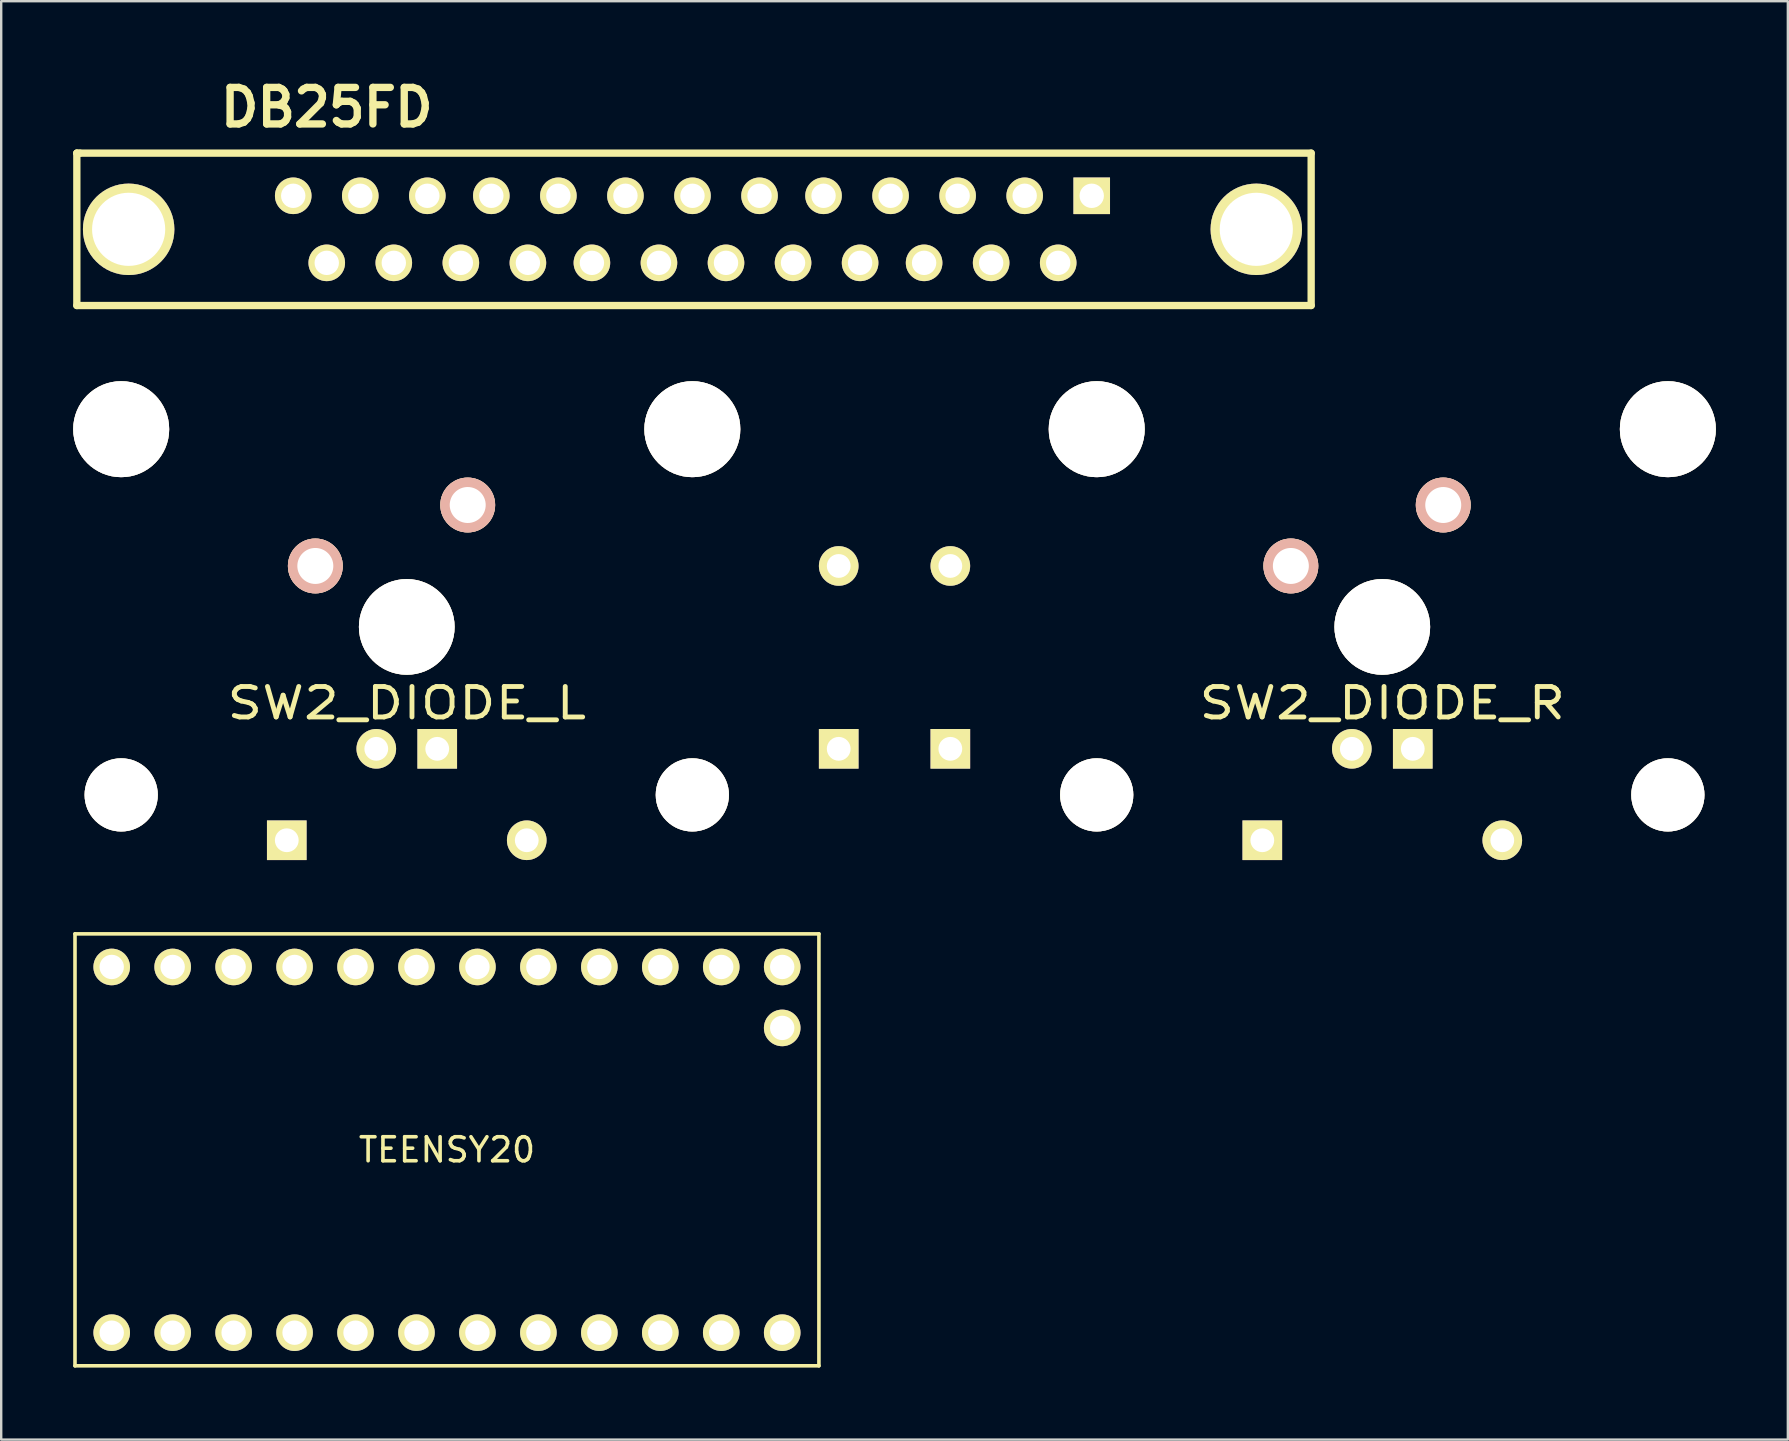
<source format=kicad_pcb>
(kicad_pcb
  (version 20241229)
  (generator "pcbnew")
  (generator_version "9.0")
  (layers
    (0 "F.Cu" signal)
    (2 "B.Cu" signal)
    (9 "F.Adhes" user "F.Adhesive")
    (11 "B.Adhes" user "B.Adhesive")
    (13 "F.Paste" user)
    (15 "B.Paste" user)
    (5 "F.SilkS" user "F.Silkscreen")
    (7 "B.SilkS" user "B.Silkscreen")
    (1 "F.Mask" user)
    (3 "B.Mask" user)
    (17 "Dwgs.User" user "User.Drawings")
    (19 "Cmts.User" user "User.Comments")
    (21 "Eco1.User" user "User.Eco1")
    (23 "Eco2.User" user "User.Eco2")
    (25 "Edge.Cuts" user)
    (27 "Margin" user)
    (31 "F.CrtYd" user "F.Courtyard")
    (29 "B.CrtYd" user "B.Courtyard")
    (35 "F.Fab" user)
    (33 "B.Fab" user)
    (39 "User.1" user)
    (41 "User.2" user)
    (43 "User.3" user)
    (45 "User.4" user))
  (footprint "DB25FD"
    (layer "F.Cu")
    (at 25.806 6.506)
    (property "Reference" "DB25FD" (at -15.24 -5.08 180) (layer "F.SilkS") (effects (font (size 1.524 1.524) (thickness 0.305))))
    (attr through_hole)
    (fp_line (start -25.654 -3.175) (end -25.654 -3.175) (stroke (width 0.305) (type solid)) (layer "F.SilkS"))
    (fp_line (start -25.654 -3.175) (end -25.654 3.175) (stroke (width 0.305) (type solid)) (layer "F.SilkS"))
    (fp_line (start -25.654 3.175) (end 25.781 3.175) (stroke (width 0.305) (type solid)) (layer "F.SilkS"))
    (fp_line (start -25.527 -3.175) (end -25.654 -3.175) (stroke (width 0.305) (type solid)) (layer "F.SilkS"))
    (fp_line (start 25.781 -3.175) (end -25.527 -3.175) (stroke (width 0.305) (type solid)) (layer "F.SilkS"))
    (fp_line (start 25.781 3.175) (end 25.781 -3.175) (stroke (width 0.305) (type solid)) (layer "F.SilkS"))
    (pad "0" thru_hole circle (at -23.495 0) (size 3.81 3.81) (drill 3.048) (layers "*.Cu" "*.Mask" "F.SilkS"))
    (pad "0" thru_hole circle (at 23.495 0) (size 3.81 3.81) (drill 3.048) (layers "*.Cu" "*.Mask" "F.SilkS"))
    (pad "1" thru_hole rect (at 16.637 -1.397) (size 1.524 1.524) (drill 1.016) (layers "*.Cu" "*.Mask" "F.SilkS"))
    (pad "2" thru_hole circle (at 13.843 -1.397) (size 1.524 1.524) (drill 1.016) (layers "*.Cu" "*.Mask" "F.SilkS"))
    (pad "3" thru_hole circle (at 11.049 -1.397) (size 1.524 1.524) (drill 1.016) (layers "*.Cu" "*.Mask" "F.SilkS"))
    (pad "4" thru_hole circle (at 8.255 -1.397) (size 1.524 1.524) (drill 1.016) (layers "*.Cu" "*.Mask" "F.SilkS"))
    (pad "5" thru_hole circle (at 5.461 -1.397) (size 1.524 1.524) (drill 1.016) (layers "*.Cu" "*.Mask" "F.SilkS"))
    (pad "6" thru_hole circle (at 2.794 -1.397) (size 1.524 1.524) (drill 1.016) (layers "*.Cu" "*.Mask" "F.SilkS"))
    (pad "7" thru_hole circle (at 0 -1.397) (size 1.524 1.524) (drill 1.016) (layers "*.Cu" "*.Mask" "F.SilkS"))
    (pad "8" thru_hole circle (at -2.794 -1.397) (size 1.524 1.524) (drill 1.016) (layers "*.Cu" "*.Mask" "F.SilkS"))
    (pad "9" thru_hole circle (at -5.588 -1.397) (size 1.524 1.524) (drill 1.016) (layers "*.Cu" "*.Mask" "F.SilkS"))
    (pad "10" thru_hole circle (at -8.382 -1.397) (size 1.524 1.524) (drill 1.016) (layers "*.Cu" "*.Mask" "F.SilkS"))
    (pad "11" thru_hole circle (at -11.049 -1.397) (size 1.524 1.524) (drill 1.016) (layers "*.Cu" "*.Mask" "F.SilkS"))
    (pad "12" thru_hole circle (at -13.843 -1.397) (size 1.524 1.524) (drill 1.016) (layers "*.Cu" "*.Mask" "F.SilkS"))
    (pad "13" thru_hole circle (at -16.637 -1.397) (size 1.524 1.524) (drill 1.016) (layers "*.Cu" "*.Mask" "F.SilkS"))
    (pad "14" thru_hole circle (at 15.24 1.397) (size 1.524 1.524) (drill 1.016) (layers "*.Cu" "*.Mask" "F.SilkS"))
    (pad "15" thru_hole circle (at 12.446 1.397) (size 1.524 1.524) (drill 1.016) (layers "*.Cu" "*.Mask" "F.SilkS"))
    (pad "16" thru_hole circle (at 9.652 1.397) (size 1.524 1.524) (drill 1.016) (layers "*.Cu" "*.Mask" "F.SilkS"))
    (pad "17" thru_hole circle (at 6.985 1.397) (size 1.524 1.524) (drill 1.016) (layers "*.Cu" "*.Mask" "F.SilkS"))
    (pad "18" thru_hole circle (at 4.191 1.397) (size 1.524 1.524) (drill 1.016) (layers "*.Cu" "*.Mask" "F.SilkS"))
    (pad "19" thru_hole circle (at 1.397 1.397) (size 1.524 1.524) (drill 1.016) (layers "*.Cu" "*.Mask" "F.SilkS"))
    (pad "20" thru_hole circle (at -1.397 1.397) (size 1.524 1.524) (drill 1.016) (layers "*.Cu" "*.Mask" "F.SilkS"))
    (pad "21" thru_hole circle (at -4.191 1.397) (size 1.524 1.524) (drill 1.016) (layers "*.Cu" "*.Mask" "F.SilkS"))
    (pad "22" thru_hole circle (at -6.858 1.397) (size 1.524 1.524) (drill 1.016) (layers "*.Cu" "*.Mask" "F.SilkS"))
    (pad "23" thru_hole circle (at -9.652 1.397) (size 1.524 1.524) (drill 1.016) (layers "*.Cu" "*.Mask" "F.SilkS"))
    (pad "24" thru_hole circle (at -12.446 1.397) (size 1.524 1.524) (drill 1.016) (layers "*.Cu" "*.Mask" "F.SilkS"))
    (pad "25" thru_hole circle (at -15.24 1.397) (size 1.524 1.524) (drill 1.016) (layers "*.Cu" "*.Mask" "F.SilkS")))
  (footprint "SW2_DIODE_R"
    (layer "F.Cu")
    (at 54.551 23.074)
    (property "Reference" "SW2_DIODE_R" (at 0 3.175 0) (layer "F.SilkS") (effects (font (size 1.27 1.524) (thickness 0.203))))
    (attr through_hole)
    (fp_line (start -6.985 -6.985) (end 6.985 -6.985) (stroke (width 0.152) (type solid)) (layer "Eco2.User"))
    (fp_line (start -6.985 6.985) (end -6.985 -6.985) (stroke (width 0.152) (type solid)) (layer "Eco2.User"))
    (fp_line (start 6.985 -6.985) (end 6.985 6.985) (stroke (width 0.152) (type solid)) (layer "Eco2.User"))
    (fp_line (start 6.985 6.985) (end -6.985 6.985) (stroke (width 0.152) (type solid)) (layer "Eco2.User"))
    (pad "1" thru_hole circle (at 2.54 -5.08) (size 2.286 2.286) (drill 1.499) (layers "*.Cu" "*.SilkS" "*.Mask"))
    (pad "2" thru_hole circle (at -3.81 -2.54) (size 2.286 2.286) (drill 1.499) (layers "*.Cu" "*.SilkS" "*.Mask"))
    (pad "3" thru_hole circle (at -18 -2.54) (size 1.651 1.651) (drill 0.991) (layers "*.Cu" "*.Mask" "F.SilkS"))
    (pad "4" thru_hole rect (at -18 5.08) (size 1.651 1.651) (drill 0.991) (layers "*.Cu" "*.Mask" "F.SilkS"))
    (pad "5" thru_hole circle (at 5 8.89) (size 1.651 1.651) (drill 0.991) (layers "*.Cu" "*.Mask" "F.SilkS"))
    (pad "6" thru_hole rect (at -5 8.89) (size 1.651 1.651) (drill 0.991) (layers "*.Cu" "*.Mask" "F.SilkS"))
    (pad "7" thru_hole circle (at -1.27 5.08) (size 1.651 1.651) (drill 0.991) (layers "*.Cu" "*.Mask" "F.SilkS"))
    (pad "8" thru_hole rect (at 1.27 5.08) (size 1.651 1.651) (drill 0.991) (layers "*.Cu" "*.Mask" "F.SilkS"))
    (pad "HOLE" thru_hole circle (at -11.9 -8.24) (size 4 4) (drill 4) (layers "*.Cu" "*.Mask" "F.SilkS"))
    (pad "HOLE" thru_hole circle (at -11.9 7) (size 3.05 3.05) (drill 3.05) (layers "*.Cu" "*.Mask" "F.SilkS"))
    (pad "HOLE" thru_hole circle (at 0 0) (size 3.988 3.988) (drill 3.988) (layers "*.Cu" "*.Mask" "F.SilkS"))
    (pad "HOLE" thru_hole circle (at 11.9 -8.24) (size 4 4) (drill 4) (layers "*.Cu" "*.Mask" "F.SilkS"))
    (pad "HOLE" thru_hole circle (at 11.9 7) (size 3.05 3.05) (drill 3.05) (layers "*.Cu" "*.Mask" "F.SilkS")))
  (footprint "SW2_DIODE_L"
    (layer "F.Cu")
    (at 13.9 23.074)
    (property "Reference" "SW2_DIODE_L" (at 0 3.175 0) (layer "F.SilkS") (effects (font (size 1.27 1.524) (thickness 0.203))))
    (attr through_hole)
    (fp_line (start -6.985 -6.985) (end 6.985 -6.985) (stroke (width 0.152) (type solid)) (layer "Eco2.User"))
    (fp_line (start -6.985 6.985) (end -6.985 -6.985) (stroke (width 0.152) (type solid)) (layer "Eco2.User"))
    (fp_line (start 6.985 -6.985) (end 6.985 6.985) (stroke (width 0.152) (type solid)) (layer "Eco2.User"))
    (fp_line (start 6.985 6.985) (end -6.985 6.985) (stroke (width 0.152) (type solid)) (layer "Eco2.User"))
    (pad "1" thru_hole circle (at 2.54 -5.08) (size 2.286 2.286) (drill 1.499) (layers "*.Cu" "*.SilkS" "*.Mask"))
    (pad "2" thru_hole circle (at -3.81 -2.54) (size 2.286 2.286) (drill 1.499) (layers "*.Cu" "*.SilkS" "*.Mask"))
    (pad "3" thru_hole circle (at 18 -2.54) (size 1.651 1.651) (drill 0.991) (layers "*.Cu" "*.Mask" "F.SilkS"))
    (pad "4" thru_hole rect (at 18 5.08) (size 1.651 1.651) (drill 0.991) (layers "*.Cu" "*.Mask" "F.SilkS"))
    (pad "5" thru_hole circle (at 5 8.89) (size 1.651 1.651) (drill 0.991) (layers "*.Cu" "*.Mask" "F.SilkS"))
    (pad "6" thru_hole rect (at -5 8.89) (size 1.651 1.651) (drill 0.991) (layers "*.Cu" "*.Mask" "F.SilkS"))
    (pad "7" thru_hole circle (at -1.27 5.08) (size 1.651 1.651) (drill 0.991) (layers "*.Cu" "*.Mask" "F.SilkS"))
    (pad "8" thru_hole rect (at 1.27 5.08) (size 1.651 1.651) (drill 0.991) (layers "*.Cu" "*.Mask" "F.SilkS"))
    (pad "HOLE" thru_hole circle (at -11.9 -8.24) (size 4 4) (drill 4) (layers "*.Cu" "*.Mask" "F.SilkS"))
    (pad "HOLE" thru_hole circle (at -11.9 7) (size 3.05 3.05) (drill 3.05) (layers "*.Cu" "*.Mask" "F.SilkS"))
    (pad "HOLE" thru_hole circle (at 0 0) (size 3.988 3.988) (drill 3.988) (layers "*.Cu" "*.Mask" "F.SilkS"))
    (pad "HOLE" thru_hole circle (at 11.9 -8.24) (size 4 4) (drill 4) (layers "*.Cu" "*.Mask" "F.SilkS"))
    (pad "HOLE" thru_hole circle (at 11.9 7) (size 3.05 3.05) (drill 3.05) (layers "*.Cu" "*.Mask" "F.SilkS")))
  (footprint "TEENSY20"
    (layer "F.Cu")
    (at 15.575 44.864)
    (property "Reference" "TEENSY20" (at 0 0 0) (layer "F.SilkS") (effects (font (size 1 1) (thickness 0.15))))
    (attr through_hole)
    (fp_line (start -15.5 -9) (end 15.5 -9) (stroke (width 0.15) (type solid)) (layer "F.SilkS"))
    (fp_line (start -15.5 9) (end -15.5 -9) (stroke (width 0.15) (type solid)) (layer "F.SilkS"))
    (fp_line (start 15.5 -9) (end 15.5 9) (stroke (width 0.15) (type solid)) (layer "F.SilkS"))
    (fp_line (start 15.5 9) (end -15.5 9) (stroke (width 0.15) (type solid)) (layer "F.SilkS"))
    (pad "0" thru_hole circle (at -13.97 7.62) (size 1.524 1.524) (drill 1.016) (layers "*.Cu" "*.Mask" "F.SilkS"))
    (pad "1" thru_hole circle (at -11.43 7.62) (size 1.524 1.524) (drill 1.016) (layers "*.Cu" "*.Mask" "F.SilkS"))
    (pad "2" thru_hole circle (at -8.89 7.62) (size 1.524 1.524) (drill 1.016) (layers "*.Cu" "*.Mask" "F.SilkS"))
    (pad "3" thru_hole circle (at -6.35 7.62) (size 1.524 1.524) (drill 1.016) (layers "*.Cu" "*.Mask" "F.SilkS"))
    (pad "4" thru_hole circle (at -3.81 7.62) (size 1.524 1.524) (drill 1.016) (layers "*.Cu" "*.Mask" "F.SilkS"))
    (pad "5" thru_hole circle (at -1.27 7.62) (size 1.524 1.524) (drill 1.016) (layers "*.Cu" "*.Mask" "F.SilkS"))
    (pad "6" thru_hole circle (at 1.27 7.62) (size 1.524 1.524) (drill 1.016) (layers "*.Cu" "*.Mask" "F.SilkS"))
    (pad "7" thru_hole circle (at 3.81 7.62) (size 1.524 1.524) (drill 1.016) (layers "*.Cu" "*.Mask" "F.SilkS"))
    (pad "8" thru_hole circle (at 6.35 7.62) (size 1.524 1.524) (drill 1.016) (layers "*.Cu" "*.Mask" "F.SilkS"))
    (pad "9" thru_hole circle (at 8.89 7.62) (size 1.524 1.524) (drill 1.016) (layers "*.Cu" "*.Mask" "F.SilkS"))
    (pad "10" thru_hole circle (at 11.43 7.62) (size 1.524 1.524) (drill 1.016) (layers "*.Cu" "*.Mask" "F.SilkS"))
    (pad "11" thru_hole circle (at 13.97 7.62) (size 1.524 1.524) (drill 1.016) (layers "*.Cu" "*.Mask" "F.SilkS"))
    (pad "12" thru_hole circle (at 13.97 -7.62) (size 1.524 1.524) (drill 1.016) (layers "*.Cu" "*.Mask" "F.SilkS"))
    (pad "13" thru_hole circle (at 11.43 -7.62) (size 1.524 1.524) (drill 1.016) (layers "*.Cu" "*.Mask" "F.SilkS"))
    (pad "14" thru_hole circle (at 8.89 -7.62) (size 1.524 1.524) (drill 1.016) (layers "*.Cu" "*.Mask" "F.SilkS"))
    (pad "15" thru_hole circle (at 6.35 -7.62) (size 1.524 1.524) (drill 1.016) (layers "*.Cu" "*.Mask" "F.SilkS"))
    (pad "16" thru_hole circle (at 3.81 -7.62) (size 1.524 1.524) (drill 1.016) (layers "*.Cu" "*.Mask" "F.SilkS"))
    (pad "17" thru_hole circle (at 1.27 -7.62) (size 1.524 1.524) (drill 1.016) (layers "*.Cu" "*.Mask" "F.SilkS"))
    (pad "18" thru_hole circle (at -1.27 -7.62) (size 1.524 1.524) (drill 1.016) (layers "*.Cu" "*.Mask" "F.SilkS"))
    (pad "19" thru_hole circle (at -3.81 -7.62) (size 1.524 1.524) (drill 1.016) (layers "*.Cu" "*.Mask" "F.SilkS"))
    (pad "20" thru_hole circle (at -6.35 -7.62) (size 1.524 1.524) (drill 1.016) (layers "*.Cu" "*.Mask" "F.SilkS"))
    (pad "21" thru_hole circle (at -8.89 -7.62) (size 1.524 1.524) (drill 1.016) (layers "*.Cu" "*.Mask" "F.SilkS"))
    (pad "22" thru_hole circle (at -11.43 -7.62) (size 1.524 1.524) (drill 1.016) (layers "*.Cu" "*.Mask" "F.SilkS"))
    (pad "23" thru_hole circle (at -13.97 -7.62) (size 1.524 1.524) (drill 1.016) (layers "*.Cu" "*.Mask" "F.SilkS"))
    (pad "24" thru_hole circle (at 13.97 -5.08) (size 1.524 1.524) (drill 1.016) (layers "*.Cu" "*.Mask" "F.SilkS")))
  (gr_rect
    (start -3 -3)
    (end 71.451 56.939)
    (stroke (width 0.1) (type default))
    (fill no)
    (layer "Edge.Cuts")))
</source>
